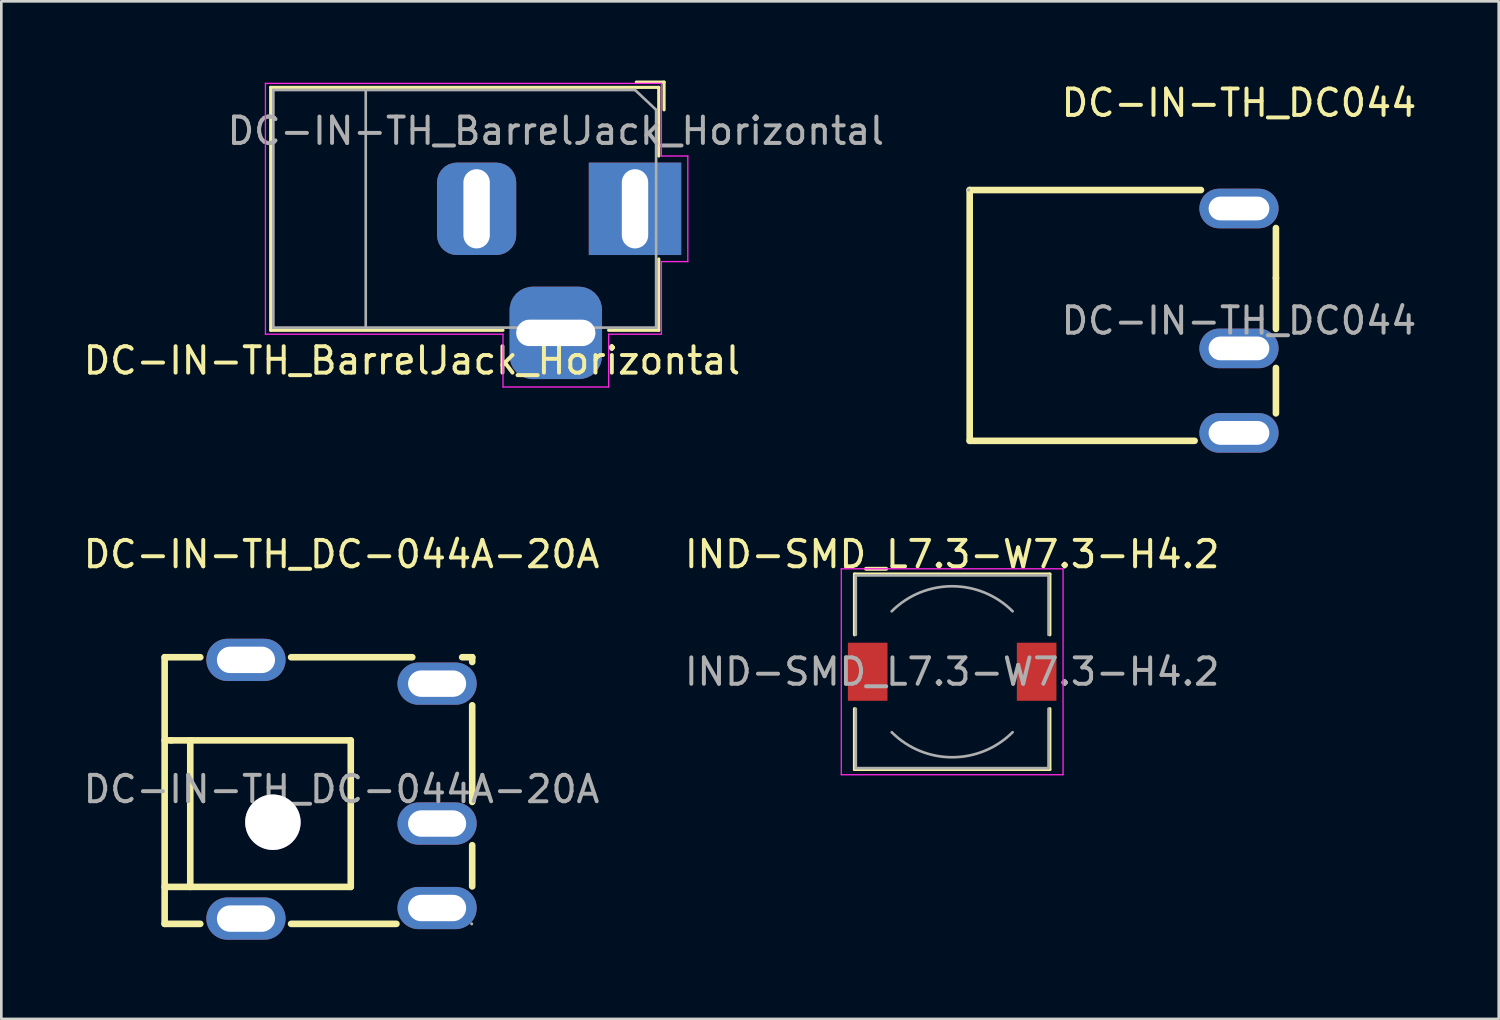
<source format=kicad_pcb>
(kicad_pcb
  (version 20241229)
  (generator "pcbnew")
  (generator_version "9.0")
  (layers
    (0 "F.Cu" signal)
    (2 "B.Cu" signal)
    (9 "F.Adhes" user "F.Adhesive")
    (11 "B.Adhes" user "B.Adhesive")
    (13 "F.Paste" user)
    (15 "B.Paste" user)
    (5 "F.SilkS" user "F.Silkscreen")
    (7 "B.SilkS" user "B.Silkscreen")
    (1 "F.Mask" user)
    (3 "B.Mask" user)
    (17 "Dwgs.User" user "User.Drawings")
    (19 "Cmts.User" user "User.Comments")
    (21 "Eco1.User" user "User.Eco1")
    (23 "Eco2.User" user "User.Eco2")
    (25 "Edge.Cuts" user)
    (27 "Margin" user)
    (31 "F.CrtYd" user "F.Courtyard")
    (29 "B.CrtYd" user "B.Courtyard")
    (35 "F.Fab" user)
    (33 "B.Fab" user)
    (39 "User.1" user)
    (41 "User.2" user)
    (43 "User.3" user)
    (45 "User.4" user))
  (footprint "DC-IN-TH_DC-044A-20A"
    (layer "F.Cu")
    (at 9.887 26.846)
    (property "Reference" "DC-IN-TH_DC-044A-20A" (at 0 -8.9 0) (layer "F.SilkS") (effects (font (size 1 1) (thickness 0.15))))
    (attr smd)
    (fp_line (start -6.7 -5) (end -6.7 5.1) (stroke (width 0.25) (type solid)) (layer "F.SilkS"))
    (fp_line (start -6.7 5.1) (end -5.35 5.1) (stroke (width 0.25) (type solid)) (layer "F.SilkS"))
    (fp_line (start -6.45 -1.85) (end -6.7 -1.85) (stroke (width 0.25) (type solid)) (layer "F.SilkS"))
    (fp_line (start -6.45 -1.85) (end 0.35 -1.85) (stroke (width 0.25) (type solid)) (layer "F.SilkS"))
    (fp_line (start -5.73 -1.85) (end -5.73 3.7) (stroke (width 0.25) (type solid)) (layer "F.SilkS"))
    (fp_line (start -5.35 -5) (end -6.7 -5) (stroke (width 0.25) (type solid)) (layer "F.SilkS"))
    (fp_line (start -1.91 5.1) (end 2.08 5.1) (stroke (width 0.25) (type solid)) (layer "F.SilkS"))
    (fp_line (start 0.35 -1.85) (end 0.35 3.7) (stroke (width 0.25) (type solid)) (layer "F.SilkS"))
    (fp_line (start 0.35 3.7) (end -6.7 3.7) (stroke (width 0.25) (type solid)) (layer "F.SilkS"))
    (fp_line (start 2.68 -5) (end -1.91 -5) (stroke (width 0.25) (type solid)) (layer "F.SilkS"))
    (fp_line (start 4.95 -5) (end 4.57 -5) (stroke (width 0.25) (type solid)) (layer "F.SilkS"))
    (fp_line (start 4.95 -5) (end 4.95 -4.82) (stroke (width 0.25) (type solid)) (layer "F.SilkS"))
    (fp_line (start 4.95 -3.18) (end 4.95 0.48) (stroke (width 0.25) (type solid)) (layer "F.SilkS"))
    (fp_line (start 4.95 2.12) (end 4.95 3.68) (stroke (width 0.25) (type solid)) (layer "F.SilkS"))
    (fp_circle (center 4.93 5.1) (end 4.96 5.1) (stroke (width 0.06) (type solid)) (fill no) (layer "F.Fab"))
    (fp_text user "${REFERENCE}" (at 0 0 0) (layer "F.Fab") (effects (font (size 1 1) (thickness 0.15))))
    (pad "" np_thru_hole oval (at -3.62 -4.9 90) (size 1.6 3) (drill oval 1 2.2) (layers "*.Cu" "*.Mask"))
    (pad "" np_thru_hole oval (at -3.62 4.9 90) (size 1.6 3) (drill oval 1 2.2) (layers "*.Cu" "*.Mask"))
    (pad "" thru_hole circle (at -2.6 1.25) (size 2.1 2.1) (drill 2.1) (layers "*.Cu" "*.Mask"))
    (pad "1" thru_hole oval (at 3.62 4.5 90) (size 1.6 3) (drill oval 1 2.2) (layers "*.Cu" "*.Paste" "*.Mask"))
    (pad "2" thru_hole oval (at 3.62 -4 90) (size 1.6 3) (drill oval 1 2.2) (layers "*.Cu" "*.Paste" "*.Mask"))
    (pad "3" thru_hole oval (at 3.62 1.3 90) (size 1.6 3) (drill oval 1 2.2) (layers "*.Cu" "*.Paste" "*.Mask")))
  (footprint "IND-SMD_L7.3-W7.3-H4.2"
    (layer "F.Cu")
    (at 33.018 22.396)
    (property "Reference" "IND-SMD_L7.3-W7.3-H4.2" (at 0 -4.45 0) (layer "F.SilkS") (effects (font (size 1 1) (thickness 0.15))))
    (attr smd)
    (fp_line (start -3.7 -3.7) (end 3.7 -3.7) (stroke (width 0.12) (type solid)) (layer "F.SilkS"))
    (fp_line (start -3.7 -1.4) (end -3.7 -3.7) (stroke (width 0.12) (type solid)) (layer "F.SilkS"))
    (fp_line (start -3.7 3.7) (end -3.7 1.4) (stroke (width 0.12) (type solid)) (layer "F.SilkS"))
    (fp_line (start 3.7 -3.7) (end 3.7 -1.4) (stroke (width 0.12) (type solid)) (layer "F.SilkS"))
    (fp_line (start 3.7 1.4) (end 3.7 3.7) (stroke (width 0.12) (type solid)) (layer "F.SilkS"))
    (fp_line (start 3.7 3.7) (end -3.7 3.7) (stroke (width 0.12) (type solid)) (layer "F.SilkS"))
    (fp_line (start -4.2 -3.9) (end -4.2 3.9) (stroke (width 0.05) (type solid)) (layer "F.CrtYd"))
    (fp_line (start -4.2 3.9) (end 4.2 3.9) (stroke (width 0.05) (type solid)) (layer "F.CrtYd"))
    (fp_line (start 4.2 -3.9) (end -4.2 -3.9) (stroke (width 0.05) (type solid)) (layer "F.CrtYd"))
    (fp_line (start 4.2 3.9) (end 4.2 -3.9) (stroke (width 0.05) (type solid)) (layer "F.CrtYd"))
    (fp_line (start -3.65 -3.65) (end -3.65 -1.4) (stroke (width 0.1) (type solid)) (layer "F.Fab"))
    (fp_line (start -3.65 -3.65) (end 3.65 -3.65) (stroke (width 0.1) (type solid)) (layer "F.Fab"))
    (fp_line (start -3.65 3.65) (end -3.65 1.4) (stroke (width 0.1) (type solid)) (layer "F.Fab"))
    (fp_line (start 3.65 -3.65) (end 3.65 -1.4) (stroke (width 0.1) (type solid)) (layer "F.Fab"))
    (fp_line (start 3.65 3.65) (end -3.65 3.65) (stroke (width 0.1) (type solid)) (layer "F.Fab"))
    (fp_line (start 3.65 3.65) (end 3.65 1.4) (stroke (width 0.1) (type solid)) (layer "F.Fab"))
    (fp_arc (start -2.29 -2.29) (mid 0 -3.238549) (end 2.29 -2.29) (stroke (width 0.1) (type solid)) (layer "F.Fab"))
    (fp_arc (start 2.29 2.29) (mid 0 3.238549) (end -2.29 2.29) (stroke (width 0.1) (type solid)) (layer "F.Fab"))
    (fp_text user "${REFERENCE}" (at 0 0 0) (layer "F.Fab") (effects (font (size 1 1) (thickness 0.15))))
    (pad "1" smd rect (at -3.2 0) (size 1.5 2.2) (layers "F.Cu" "F.Mask" "F.Paste"))
    (pad "2" smd rect (at 3.2 0) (size 1.5 2.2) (layers "F.Cu" "F.Mask" "F.Paste")))
  (footprint "DC-IN-TH_BarrelJack_Horizontal"
    (layer "F.Cu")
    (at 21.004 4.86)
    (property "Reference" "DC-IN-TH_BarrelJack_Horizontal" (at -8.45 5.75 0) (layer "F.SilkS") (effects (font (size 1 1) (thickness 0.15))))
    (attr through_hole)
    (fp_line (start -13.8 -4.6) (end 0.9 -4.6) (stroke (width 0.12) (type solid)) (layer "F.SilkS"))
    (fp_line (start -13.8 4.6) (end -13.8 -4.6) (stroke (width 0.12) (type solid)) (layer "F.SilkS"))
    (fp_line (start -5 4.6) (end -13.8 4.6) (stroke (width 0.12) (type solid)) (layer "F.SilkS"))
    (fp_line (start 0.05 -4.8) (end 1.1 -4.8) (stroke (width 0.12) (type solid)) (layer "F.SilkS"))
    (fp_line (start 0.9 -4.6) (end 0.9 -2) (stroke (width 0.12) (type solid)) (layer "F.SilkS"))
    (fp_line (start 0.9 1.9) (end 0.9 4.6) (stroke (width 0.12) (type solid)) (layer "F.SilkS"))
    (fp_line (start 0.9 4.6) (end -1 4.6) (stroke (width 0.12) (type solid)) (layer "F.SilkS"))
    (fp_line (start 1.1 -3.75) (end 1.1 -4.8) (stroke (width 0.12) (type solid)) (layer "F.SilkS"))
    (fp_line (start -14 4.75) (end -14 -4.75) (stroke (width 0.05) (type solid)) (layer "F.CrtYd"))
    (fp_line (start -5 4.75) (end -14 4.75) (stroke (width 0.05) (type solid)) (layer "F.CrtYd"))
    (fp_line (start -5 6.75) (end -5 4.75) (stroke (width 0.05) (type solid)) (layer "F.CrtYd"))
    (fp_line (start -1 4.75) (end -1 6.75) (stroke (width 0.05) (type solid)) (layer "F.CrtYd"))
    (fp_line (start -1 6.75) (end -5 6.75) (stroke (width 0.05) (type solid)) (layer "F.CrtYd"))
    (fp_line (start 1 -4.75) (end -14 -4.75) (stroke (width 0.05) (type solid)) (layer "F.CrtYd"))
    (fp_line (start 1 -4.5) (end 1 -4.75) (stroke (width 0.05) (type solid)) (layer "F.CrtYd"))
    (fp_line (start 1 -4.5) (end 1 -2) (stroke (width 0.05) (type solid)) (layer "F.CrtYd"))
    (fp_line (start 1 -2) (end 2 -2) (stroke (width 0.05) (type solid)) (layer "F.CrtYd"))
    (fp_line (start 1 2) (end 1 4.75) (stroke (width 0.05) (type solid)) (layer "F.CrtYd"))
    (fp_line (start 1 4.75) (end -1 4.75) (stroke (width 0.05) (type solid)) (layer "F.CrtYd"))
    (fp_line (start 2 -2) (end 2 2) (stroke (width 0.05) (type solid)) (layer "F.CrtYd"))
    (fp_line (start 2 2) (end 1 2) (stroke (width 0.05) (type solid)) (layer "F.CrtYd"))
    (fp_line (start -13.7 -4.5) (end -13.7 4.5) (stroke (width 0.1) (type solid)) (layer "F.Fab"))
    (fp_line (start -13.7 4.5) (end 0.8 4.5) (stroke (width 0.1) (type solid)) (layer "F.Fab"))
    (fp_line (start -10.2 -4.5) (end -10.2 4.5) (stroke (width 0.1) (type solid)) (layer "F.Fab"))
    (fp_line (start -0.003 -4.505) (end 0.8 -3.75) (stroke (width 0.1) (type solid)) (layer "F.Fab"))
    (fp_line (start 0 -4.5) (end -13.7 -4.5) (stroke (width 0.1) (type solid)) (layer "F.Fab"))
    (fp_line (start 0.8 4.5) (end 0.8 -3.75) (stroke (width 0.1) (type solid)) (layer "F.Fab"))
    (fp_text user "${REFERENCE}" (at -3 -2.95 0) (layer "F.Fab") (effects (font (size 1 1) (thickness 0.15))))
    (pad "1" thru_hole rect (at 0 0) (size 3.5 3.5) (drill oval 1 3) (layers "*.Cu" "*.Mask"))
    (pad "2" thru_hole roundrect (at -6 0) (size 3 3.5) (drill oval 1 3) (layers "*.Cu" "*.Mask") (roundrect_rratio 0.25))
    (pad "3" thru_hole roundrect (at -3 4.7) (size 3.5 3.5) (drill oval 3 1) (layers "*.Cu" "*.Mask") (roundrect_rratio 0.25)))
  (footprint "DC-IN-TH_DC044"
    (layer "F.Cu")
    (at 43.882 9.098)
    (property "Reference" "DC-IN-TH_DC044" (at 0 -8.25 0) (layer "F.SilkS") (effects (font (size 1 1) (thickness 0.15))))
    (attr smd)
    (fp_line (start -10.2 -4.95) (end -10.2 4.55) (stroke (width 0.25) (type solid)) (layer "F.SilkS"))
    (fp_line (start -10.2 -4.95) (end -1.44 -4.95) (stroke (width 0.25) (type solid)) (layer "F.SilkS"))
    (fp_line (start -10.2 4.55) (end -1.68 4.55) (stroke (width 0.25) (type solid)) (layer "F.SilkS"))
    (fp_line (start 1.4 -1.62) (end 1.4 -3.51) (stroke (width 0.25) (type solid)) (layer "F.SilkS"))
    (fp_line (start 1.4 -1.62) (end 1.4 0.31) (stroke (width 0.25) (type solid)) (layer "F.SilkS"))
    (fp_line (start 1.4 1.79) (end 1.4 3.51) (stroke (width 0.25) (type solid)) (layer "F.SilkS"))
    (fp_circle (center -10.24 -4.95) (end -10.21 -4.95) (stroke (width 0.06) (type solid)) (fill no) (layer "F.Fab"))
    (fp_text user "${REFERENCE}" (at 0 0 0) (layer "F.Fab") (effects (font (size 1 1) (thickness 0.15))))
    (pad "1" thru_hole oval (at 0 4.25 90) (size 1.5 3) (drill oval 0.9 2.3) (layers "*.Cu" "*.Paste" "*.Mask"))
    (pad "2" thru_hole oval (at 0 -4.25 90) (size 1.5 3) (drill oval 0.9 2.3) (layers "*.Cu" "*.Paste" "*.Mask"))
    (pad "3" thru_hole oval (at 0 1.05 90) (size 1.5 3) (drill oval 0.9 2.3) (layers "*.Cu" "*.Paste" "*.Mask")))
  (gr_rect
    (start -3 -3)
    (end 53.721 35.547)
    (stroke (width 0.1) (type default))
    (fill no)
    (layer "Edge.Cuts")))
</source>
